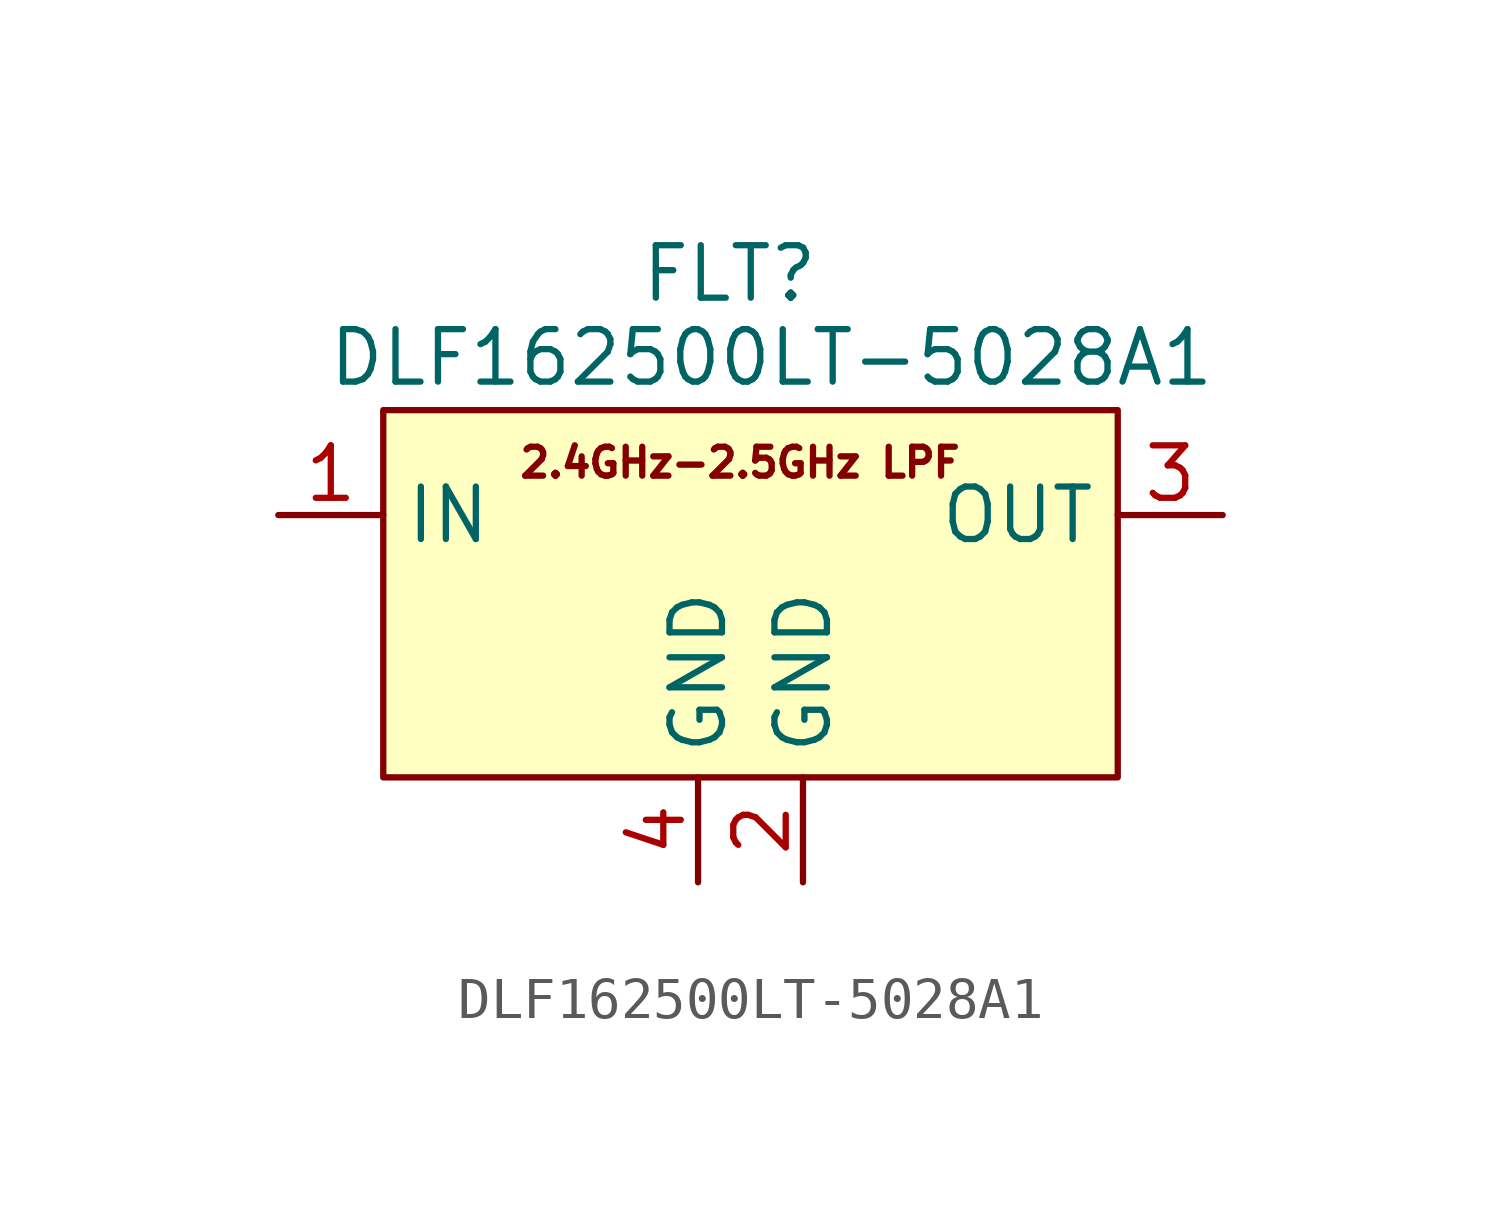
<source format=kicad_sym>
(kicad_symbol_lib
  (version 20241209)
  (generator "kicad_symbol_editor")
  (generator_version "9.0")
  (symbol "DLF162500LT-5028A1"
    (property "Reference" "FLT"
      (at -0.508 5.842 0)
      (effects (font (size 1.27 1.27))))
    (property "Value" "DLF162500LT-5028A1"
      (at 0.508 3.81 0)
      (effects (font (size 1.27 1.27))))
    (symbol "DLF162500LT-5028A1_0_0"
      (pin passive line (at -11.43 0 0) (length 2.54) (name "IN" (effects (font (size 1.27 1.27)))) (number "1" (effects (font (size 1.27 1.27)))))
      (pin passive line (at -1.27 -8.89 90) (length 2.54) (name "GND" (effects (font (size 1.27 1.27)))) (number "4" (effects (font (size 1.27 1.27)))))
      (pin passive line (at 1.27 -8.89 90) (length 2.54) (name "GND" (effects (font (size 1.27 1.27)))) (number "2" (effects (font (size 1.27 1.27)))))
      (pin passive line (at 11.43 0 180) (length 2.54) (name "OUT" (effects (font (size 1.27 1.27)))) (number "3" (effects (font (size 1.27 1.27))))))
    (symbol "DLF162500LT-5028A1_1_1"
      (rectangle (start -8.89 2.54) (end 8.89 -6.35) (stroke (width 0) (type solid)) (fill (type background)))
      (text "2.4GHz-2.5GHz LPF" (at -0.254 1.27 0) (effects (font (size 0.7 0.7)))))))
</source>
